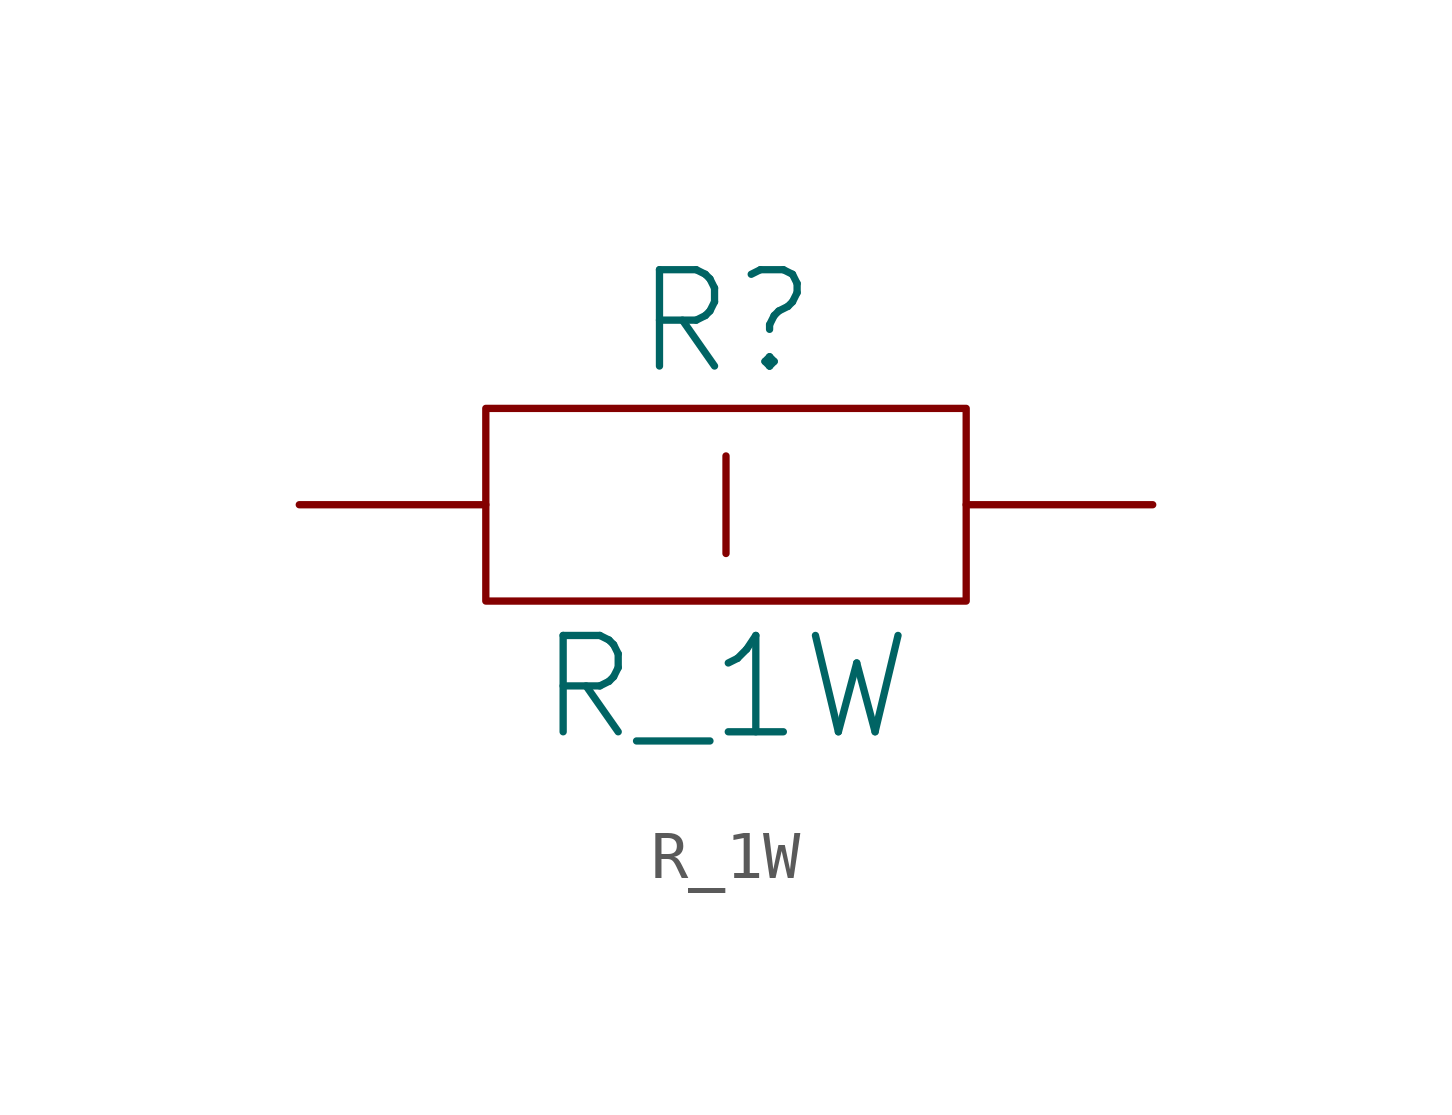
<source format=kicad_sym>
(kicad_symbol_lib
  (version 20231120)
  (generator "kicad_symbol_editor")
  (generator_version "8.0")
  (symbol "R_1W"
    (pin_numbers hide)
    (pin_names
      (offset 0) hide)
    (property "Reference" "R"
      (at 0 3.81 0)
      (effects (font (size 2.007 2.007))))
    (property "Value" "R_1W"
      (at 0 -3.81 0)
      (effects (font (size 2.007 2.007))))
    (symbol "R_1W_0_1"
      (rectangle (start -5.004 2.007) (end 5.004 -2.007) (stroke (width 0) (type solid)) (fill (type none)))
      (polyline (pts (xy 0 1.016) (xy 0 -1.016)) (stroke (width 0) (type solid)) (fill (type none))))
    (symbol "R_1W_1_1"
      (pin passive line (at -8.89 0 0) (length 3.886) (name "~" (effects (font (size 2.007 2.007)))) (number "1" (effects (font (size 2.007 2.007)))))
      (pin passive line (at 8.89 0 180) (length 3.886) (name "~" (effects (font (size 2.007 2.007)))) (number "2" (effects (font (size 2.007 2.007))))))))
</source>
